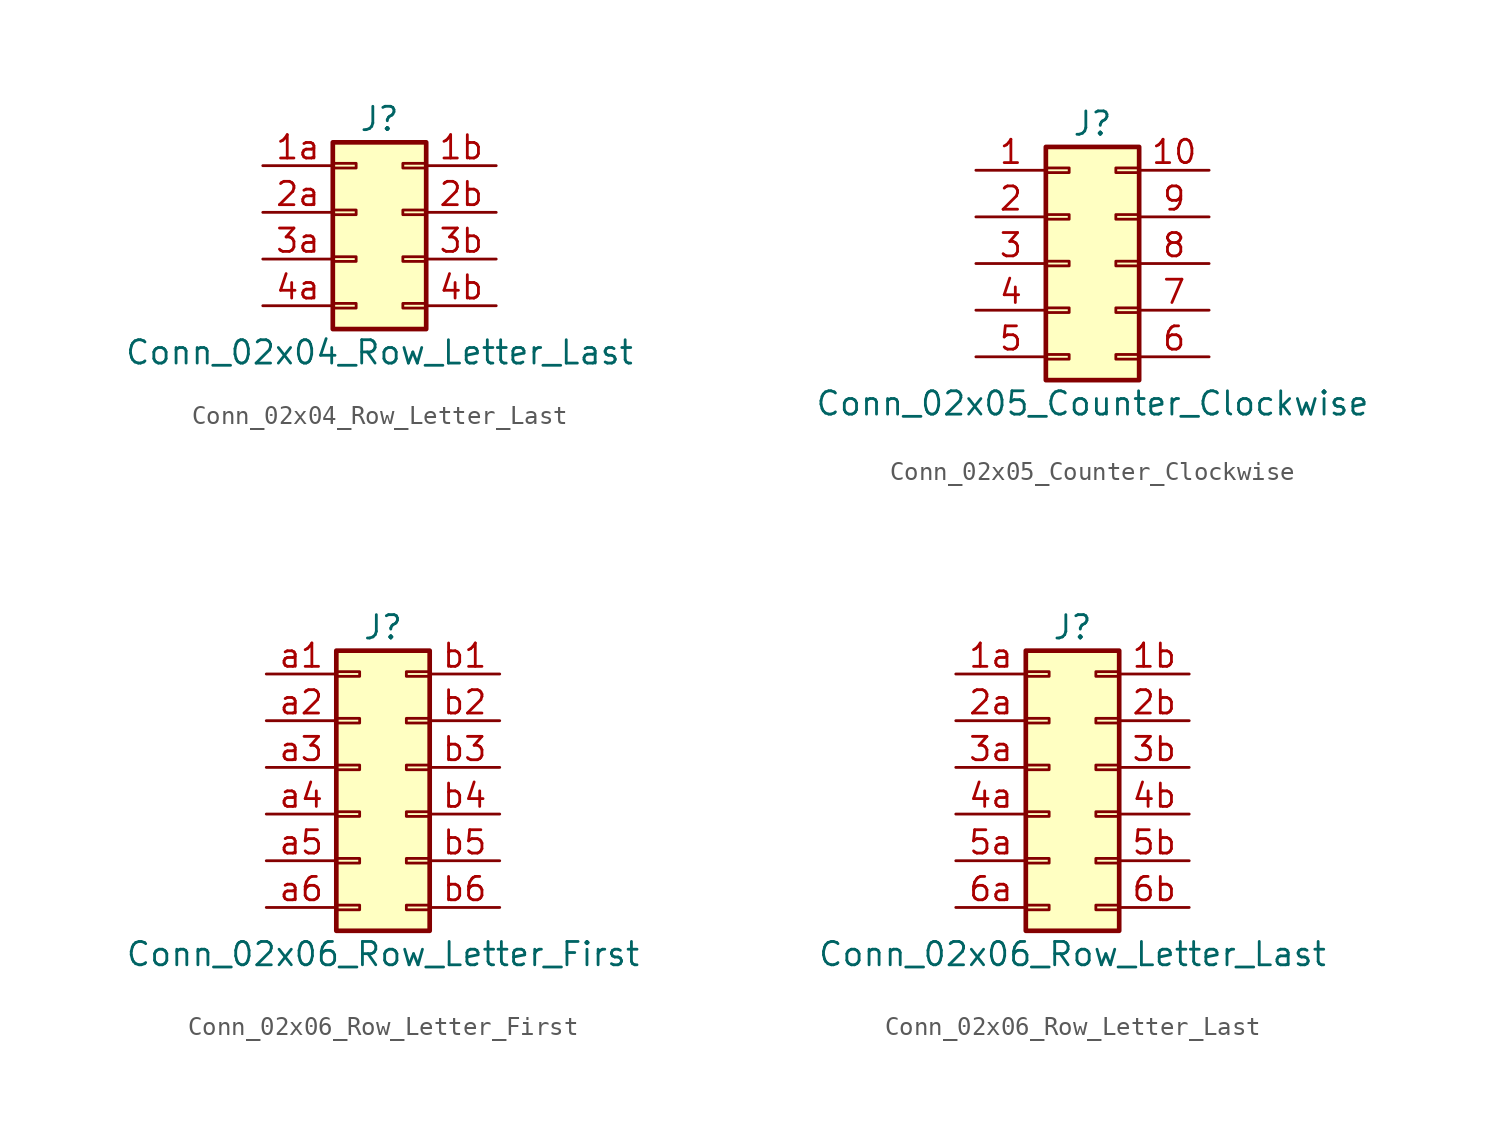
<source format=kicad_sym>
(kicad_symbol_lib
  (version 20211014)
  (generator kicad_symbol_editor)
  (symbol "Conn_02x04_Row_Letter_Last"
    (pin_names
      (offset 1.016) hide)
    (property "Reference" "J"
      (at 1.27 5.08 0)
      (effects (font (size 1.27 1.27))))
    (property "Value" "Conn_02x04_Row_Letter_Last"
      (at 1.27 -7.62 0)
      (effects (font (size 1.27 1.27))))
    (symbol "Conn_02x04_Row_Letter_Last_1_1"
      (rectangle (start -1.27 -4.953) (end 0 -5.207) (stroke (width 0.152) (type default) (color 0 0 0 0)) (fill (type none)))
      (rectangle (start -1.27 -2.413) (end 0 -2.667) (stroke (width 0.152) (type default) (color 0 0 0 0)) (fill (type none)))
      (rectangle (start -1.27 0.127) (end 0 -0.127) (stroke (width 0.152) (type default) (color 0 0 0 0)) (fill (type none)))
      (rectangle (start -1.27 2.667) (end 0 2.413) (stroke (width 0.152) (type default) (color 0 0 0 0)) (fill (type none)))
      (rectangle (start -1.27 3.81) (end 3.81 -6.35) (stroke (width 0.254) (type default) (color 0 0 0 0)) (fill (type background)))
      (rectangle (start 3.81 -4.953) (end 2.54 -5.207) (stroke (width 0.152) (type default) (color 0 0 0 0)) (fill (type none)))
      (rectangle (start 3.81 -2.413) (end 2.54 -2.667) (stroke (width 0.152) (type default) (color 0 0 0 0)) (fill (type none)))
      (rectangle (start 3.81 0.127) (end 2.54 -0.127) (stroke (width 0.152) (type default) (color 0 0 0 0)) (fill (type none)))
      (rectangle (start 3.81 2.667) (end 2.54 2.413) (stroke (width 0.152) (type default) (color 0 0 0 0)) (fill (type none)))
      (pin passive line (at -5.08 2.54 0) (length 3.81) (name "Pin_1a" (effects (font (size 1.27 1.27)))) (number "1a" (effects (font (size 1.27 1.27)))))
      (pin passive line (at 7.62 2.54 180) (length 3.81) (name "Pin_1b" (effects (font (size 1.27 1.27)))) (number "1b" (effects (font (size 1.27 1.27)))))
      (pin passive line (at -5.08 0 0) (length 3.81) (name "Pin_2a" (effects (font (size 1.27 1.27)))) (number "2a" (effects (font (size 1.27 1.27)))))
      (pin passive line (at 7.62 0 180) (length 3.81) (name "Pin_2b" (effects (font (size 1.27 1.27)))) (number "2b" (effects (font (size 1.27 1.27)))))
      (pin passive line (at -5.08 -2.54 0) (length 3.81) (name "Pin_3a" (effects (font (size 1.27 1.27)))) (number "3a" (effects (font (size 1.27 1.27)))))
      (pin passive line (at 7.62 -2.54 180) (length 3.81) (name "Pin_3b" (effects (font (size 1.27 1.27)))) (number "3b" (effects (font (size 1.27 1.27)))))
      (pin passive line (at -5.08 -5.08 0) (length 3.81) (name "Pin_4a" (effects (font (size 1.27 1.27)))) (number "4a" (effects (font (size 1.27 1.27)))))
      (pin passive line (at 7.62 -5.08 180) (length 3.81) (name "Pin_4b" (effects (font (size 1.27 1.27)))) (number "4b" (effects (font (size 1.27 1.27)))))))
  (symbol "Conn_02x05_Counter_Clockwise"
    (pin_names
      (offset 1.016) hide)
    (property "Reference" "J"
      (at 1.27 7.62 0)
      (effects (font (size 1.27 1.27))))
    (property "Value" "Conn_02x05_Counter_Clockwise"
      (at 1.27 -7.62 0)
      (effects (font (size 1.27 1.27))))
    (symbol "Conn_02x05_Counter_Clockwise_1_1"
      (rectangle (start -1.27 -4.953) (end 0 -5.207) (stroke (width 0.152) (type default) (color 0 0 0 0)) (fill (type none)))
      (rectangle (start -1.27 -2.413) (end 0 -2.667) (stroke (width 0.152) (type default) (color 0 0 0 0)) (fill (type none)))
      (rectangle (start -1.27 0.127) (end 0 -0.127) (stroke (width 0.152) (type default) (color 0 0 0 0)) (fill (type none)))
      (rectangle (start -1.27 2.667) (end 0 2.413) (stroke (width 0.152) (type default) (color 0 0 0 0)) (fill (type none)))
      (rectangle (start -1.27 5.207) (end 0 4.953) (stroke (width 0.152) (type default) (color 0 0 0 0)) (fill (type none)))
      (rectangle (start -1.27 6.35) (end 3.81 -6.35) (stroke (width 0.254) (type default) (color 0 0 0 0)) (fill (type background)))
      (rectangle (start 3.81 -4.953) (end 2.54 -5.207) (stroke (width 0.152) (type default) (color 0 0 0 0)) (fill (type none)))
      (rectangle (start 3.81 -2.413) (end 2.54 -2.667) (stroke (width 0.152) (type default) (color 0 0 0 0)) (fill (type none)))
      (rectangle (start 3.81 0.127) (end 2.54 -0.127) (stroke (width 0.152) (type default) (color 0 0 0 0)) (fill (type none)))
      (rectangle (start 3.81 2.667) (end 2.54 2.413) (stroke (width 0.152) (type default) (color 0 0 0 0)) (fill (type none)))
      (rectangle (start 3.81 5.207) (end 2.54 4.953) (stroke (width 0.152) (type default) (color 0 0 0 0)) (fill (type none)))
      (pin passive line (at -5.08 5.08 0) (length 3.81) (name "Pin_1" (effects (font (size 1.27 1.27)))) (number "1" (effects (font (size 1.27 1.27)))))
      (pin passive line (at 7.62 5.08 180) (length 3.81) (name "Pin_10" (effects (font (size 1.27 1.27)))) (number "10" (effects (font (size 1.27 1.27)))))
      (pin passive line (at -5.08 2.54 0) (length 3.81) (name "Pin_2" (effects (font (size 1.27 1.27)))) (number "2" (effects (font (size 1.27 1.27)))))
      (pin passive line (at -5.08 0 0) (length 3.81) (name "Pin_3" (effects (font (size 1.27 1.27)))) (number "3" (effects (font (size 1.27 1.27)))))
      (pin passive line (at -5.08 -2.54 0) (length 3.81) (name "Pin_4" (effects (font (size 1.27 1.27)))) (number "4" (effects (font (size 1.27 1.27)))))
      (pin passive line (at -5.08 -5.08 0) (length 3.81) (name "Pin_5" (effects (font (size 1.27 1.27)))) (number "5" (effects (font (size 1.27 1.27)))))
      (pin passive line (at 7.62 -5.08 180) (length 3.81) (name "Pin_6" (effects (font (size 1.27 1.27)))) (number "6" (effects (font (size 1.27 1.27)))))
      (pin passive line (at 7.62 -2.54 180) (length 3.81) (name "Pin_7" (effects (font (size 1.27 1.27)))) (number "7" (effects (font (size 1.27 1.27)))))
      (pin passive line (at 7.62 0 180) (length 3.81) (name "Pin_8" (effects (font (size 1.27 1.27)))) (number "8" (effects (font (size 1.27 1.27)))))
      (pin passive line (at 7.62 2.54 180) (length 3.81) (name "Pin_9" (effects (font (size 1.27 1.27)))) (number "9" (effects (font (size 1.27 1.27)))))))
  (symbol "Conn_02x06_Row_Letter_First"
    (pin_names
      (offset 1.016) hide)
    (property "Reference" "J"
      (at 1.27 7.62 0)
      (effects (font (size 1.27 1.27))))
    (property "Value" "Conn_02x06_Row_Letter_First"
      (at 1.27 -10.16 0)
      (effects (font (size 1.27 1.27))))
    (symbol "Conn_02x06_Row_Letter_First_1_1"
      (rectangle (start -1.27 -7.493) (end 0 -7.747) (stroke (width 0.152) (type default) (color 0 0 0 0)) (fill (type none)))
      (rectangle (start -1.27 -4.953) (end 0 -5.207) (stroke (width 0.152) (type default) (color 0 0 0 0)) (fill (type none)))
      (rectangle (start -1.27 -2.413) (end 0 -2.667) (stroke (width 0.152) (type default) (color 0 0 0 0)) (fill (type none)))
      (rectangle (start -1.27 0.127) (end 0 -0.127) (stroke (width 0.152) (type default) (color 0 0 0 0)) (fill (type none)))
      (rectangle (start -1.27 2.667) (end 0 2.413) (stroke (width 0.152) (type default) (color 0 0 0 0)) (fill (type none)))
      (rectangle (start -1.27 5.207) (end 0 4.953) (stroke (width 0.152) (type default) (color 0 0 0 0)) (fill (type none)))
      (rectangle (start -1.27 6.35) (end 3.81 -8.89) (stroke (width 0.254) (type default) (color 0 0 0 0)) (fill (type background)))
      (rectangle (start 3.81 -7.493) (end 2.54 -7.747) (stroke (width 0.152) (type default) (color 0 0 0 0)) (fill (type none)))
      (rectangle (start 3.81 -4.953) (end 2.54 -5.207) (stroke (width 0.152) (type default) (color 0 0 0 0)) (fill (type none)))
      (rectangle (start 3.81 -2.413) (end 2.54 -2.667) (stroke (width 0.152) (type default) (color 0 0 0 0)) (fill (type none)))
      (rectangle (start 3.81 0.127) (end 2.54 -0.127) (stroke (width 0.152) (type default) (color 0 0 0 0)) (fill (type none)))
      (rectangle (start 3.81 2.667) (end 2.54 2.413) (stroke (width 0.152) (type default) (color 0 0 0 0)) (fill (type none)))
      (rectangle (start 3.81 5.207) (end 2.54 4.953) (stroke (width 0.152) (type default) (color 0 0 0 0)) (fill (type none)))
      (pin passive line (at -5.08 5.08 0) (length 3.81) (name "Pin_a1" (effects (font (size 1.27 1.27)))) (number "a1" (effects (font (size 1.27 1.27)))))
      (pin passive line (at -5.08 2.54 0) (length 3.81) (name "Pin_a2" (effects (font (size 1.27 1.27)))) (number "a2" (effects (font (size 1.27 1.27)))))
      (pin passive line (at -5.08 0 0) (length 3.81) (name "Pin_a3" (effects (font (size 1.27 1.27)))) (number "a3" (effects (font (size 1.27 1.27)))))
      (pin passive line (at -5.08 -2.54 0) (length 3.81) (name "Pin_a4" (effects (font (size 1.27 1.27)))) (number "a4" (effects (font (size 1.27 1.27)))))
      (pin passive line (at -5.08 -5.08 0) (length 3.81) (name "Pin_a5" (effects (font (size 1.27 1.27)))) (number "a5" (effects (font (size 1.27 1.27)))))
      (pin passive line (at -5.08 -7.62 0) (length 3.81) (name "Pin_a6" (effects (font (size 1.27 1.27)))) (number "a6" (effects (font (size 1.27 1.27)))))
      (pin passive line (at 7.62 5.08 180) (length 3.81) (name "Pin_b1" (effects (font (size 1.27 1.27)))) (number "b1" (effects (font (size 1.27 1.27)))))
      (pin passive line (at 7.62 2.54 180) (length 3.81) (name "Pin_b2" (effects (font (size 1.27 1.27)))) (number "b2" (effects (font (size 1.27 1.27)))))
      (pin passive line (at 7.62 0 180) (length 3.81) (name "Pin_b3" (effects (font (size 1.27 1.27)))) (number "b3" (effects (font (size 1.27 1.27)))))
      (pin passive line (at 7.62 -2.54 180) (length 3.81) (name "Pin_b4" (effects (font (size 1.27 1.27)))) (number "b4" (effects (font (size 1.27 1.27)))))
      (pin passive line (at 7.62 -5.08 180) (length 3.81) (name "Pin_b5" (effects (font (size 1.27 1.27)))) (number "b5" (effects (font (size 1.27 1.27)))))
      (pin passive line (at 7.62 -7.62 180) (length 3.81) (name "Pin_b6" (effects (font (size 1.27 1.27)))) (number "b6" (effects (font (size 1.27 1.27)))))))
  (symbol "Conn_02x06_Row_Letter_Last"
    (pin_names
      (offset 1.016) hide)
    (property "Reference" "J"
      (at 1.27 7.62 0)
      (effects (font (size 1.27 1.27))))
    (property "Value" "Conn_02x06_Row_Letter_Last"
      (at 1.27 -10.16 0)
      (effects (font (size 1.27 1.27))))
    (symbol "Conn_02x06_Row_Letter_Last_1_1"
      (rectangle (start -1.27 -7.493) (end 0 -7.747) (stroke (width 0.152) (type default) (color 0 0 0 0)) (fill (type none)))
      (rectangle (start -1.27 -4.953) (end 0 -5.207) (stroke (width 0.152) (type default) (color 0 0 0 0)) (fill (type none)))
      (rectangle (start -1.27 -2.413) (end 0 -2.667) (stroke (width 0.152) (type default) (color 0 0 0 0)) (fill (type none)))
      (rectangle (start -1.27 0.127) (end 0 -0.127) (stroke (width 0.152) (type default) (color 0 0 0 0)) (fill (type none)))
      (rectangle (start -1.27 2.667) (end 0 2.413) (stroke (width 0.152) (type default) (color 0 0 0 0)) (fill (type none)))
      (rectangle (start -1.27 5.207) (end 0 4.953) (stroke (width 0.152) (type default) (color 0 0 0 0)) (fill (type none)))
      (rectangle (start -1.27 6.35) (end 3.81 -8.89) (stroke (width 0.254) (type default) (color 0 0 0 0)) (fill (type background)))
      (rectangle (start 3.81 -7.493) (end 2.54 -7.747) (stroke (width 0.152) (type default) (color 0 0 0 0)) (fill (type none)))
      (rectangle (start 3.81 -4.953) (end 2.54 -5.207) (stroke (width 0.152) (type default) (color 0 0 0 0)) (fill (type none)))
      (rectangle (start 3.81 -2.413) (end 2.54 -2.667) (stroke (width 0.152) (type default) (color 0 0 0 0)) (fill (type none)))
      (rectangle (start 3.81 0.127) (end 2.54 -0.127) (stroke (width 0.152) (type default) (color 0 0 0 0)) (fill (type none)))
      (rectangle (start 3.81 2.667) (end 2.54 2.413) (stroke (width 0.152) (type default) (color 0 0 0 0)) (fill (type none)))
      (rectangle (start 3.81 5.207) (end 2.54 4.953) (stroke (width 0.152) (type default) (color 0 0 0 0)) (fill (type none)))
      (pin passive line (at -5.08 5.08 0) (length 3.81) (name "Pin_1a" (effects (font (size 1.27 1.27)))) (number "1a" (effects (font (size 1.27 1.27)))))
      (pin passive line (at 7.62 5.08 180) (length 3.81) (name "Pin_1b" (effects (font (size 1.27 1.27)))) (number "1b" (effects (font (size 1.27 1.27)))))
      (pin passive line (at -5.08 2.54 0) (length 3.81) (name "Pin_2a" (effects (font (size 1.27 1.27)))) (number "2a" (effects (font (size 1.27 1.27)))))
      (pin passive line (at 7.62 2.54 180) (length 3.81) (name "Pin_2b" (effects (font (size 1.27 1.27)))) (number "2b" (effects (font (size 1.27 1.27)))))
      (pin passive line (at -5.08 0 0) (length 3.81) (name "Pin_3a" (effects (font (size 1.27 1.27)))) (number "3a" (effects (font (size 1.27 1.27)))))
      (pin passive line (at 7.62 0 180) (length 3.81) (name "Pin_3b" (effects (font (size 1.27 1.27)))) (number "3b" (effects (font (size 1.27 1.27)))))
      (pin passive line (at -5.08 -2.54 0) (length 3.81) (name "Pin_4a" (effects (font (size 1.27 1.27)))) (number "4a" (effects (font (size 1.27 1.27)))))
      (pin passive line (at 7.62 -2.54 180) (length 3.81) (name "Pin_4b" (effects (font (size 1.27 1.27)))) (number "4b" (effects (font (size 1.27 1.27)))))
      (pin passive line (at -5.08 -5.08 0) (length 3.81) (name "Pin_5a" (effects (font (size 1.27 1.27)))) (number "5a" (effects (font (size 1.27 1.27)))))
      (pin passive line (at 7.62 -5.08 180) (length 3.81) (name "Pin_5b" (effects (font (size 1.27 1.27)))) (number "5b" (effects (font (size 1.27 1.27)))))
      (pin passive line (at -5.08 -7.62 0) (length 3.81) (name "Pin_6a" (effects (font (size 1.27 1.27)))) (number "6a" (effects (font (size 1.27 1.27)))))
      (pin passive line (at 7.62 -7.62 180) (length 3.81) (name "Pin_6b" (effects (font (size 1.27 1.27)))) (number "6b" (effects (font (size 1.27 1.27))))))))
</source>
